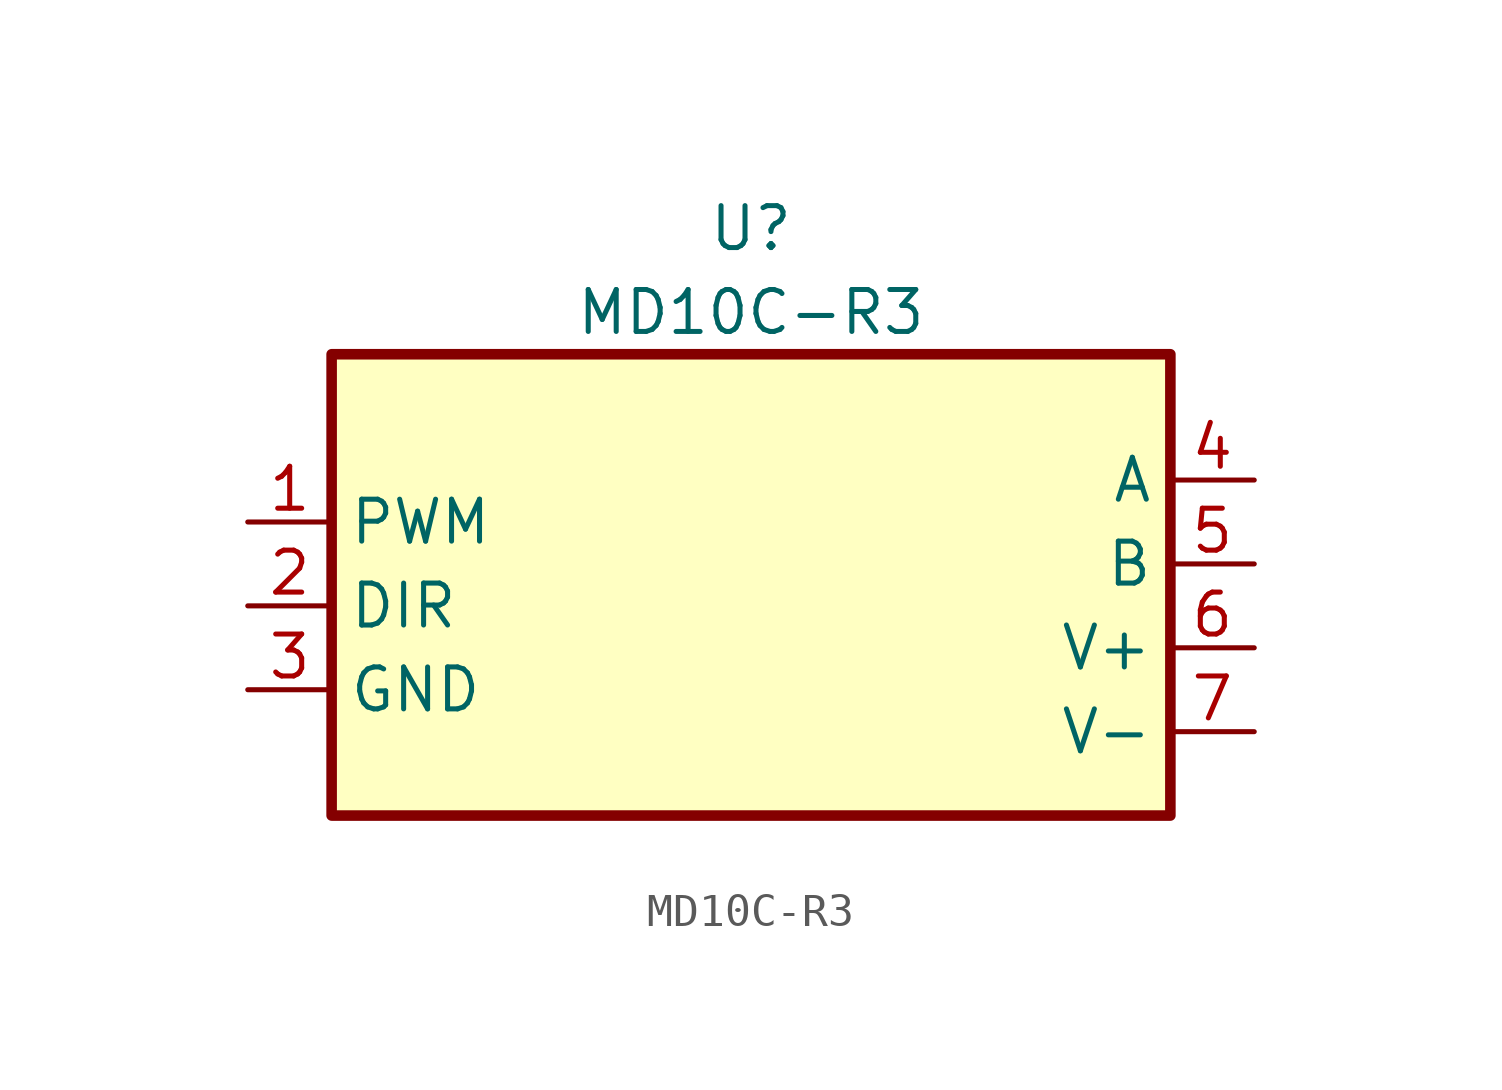
<source format=kicad_sym>
(kicad_symbol_lib
  (version 20211014)
  (generator kicad_symbol_editor)
  (symbol "MD10C-R3"
    (property "Reference" "U"
      (at 0 12.7 0)
      (effects (font (size 1.27 1.27))))
    (property "Value" "MD10C-R3"
      (at 0 10.16 0)
      (effects (font (size 1.27 1.27))))
    (symbol "MD10C-R3_0_1"
      (rectangle (start -12.7 8.89) (end 12.7 -5.08) (stroke (width 0.32) (type default) (color 0 0 0 0)) (fill (type background))))
    (symbol "MD10C-R3_1_1"
      (pin input line (at -15.24 3.81 0) (length 2.54) (name "PWM" (effects (font (size 1.27 1.27)))) (number "1" (effects (font (size 1.27 1.27)))))
      (pin input line (at -15.24 1.27 0) (length 2.54) (name "DIR" (effects (font (size 1.27 1.27)))) (number "2" (effects (font (size 1.27 1.27)))))
      (pin power_in line (at -15.24 -1.27 0) (length 2.54) (name "GND" (effects (font (size 1.27 1.27)))) (number "3" (effects (font (size 1.27 1.27)))))
      (pin output line (at 15.24 5.08 180) (length 2.54) (name "A" (effects (font (size 1.27 1.27)))) (number "4" (effects (font (size 1.27 1.27)))))
      (pin output line (at 15.24 2.54 180) (length 2.54) (name "B" (effects (font (size 1.27 1.27)))) (number "5" (effects (font (size 1.27 1.27)))))
      (pin power_in line (at 15.24 0 180) (length 2.54) (name "V+" (effects (font (size 1.27 1.27)))) (number "6" (effects (font (size 1.27 1.27)))))
      (pin power_in line (at 15.24 -2.54 180) (length 2.54) (name "V-" (effects (font (size 1.27 1.27)))) (number "7" (effects (font (size 1.27 1.27))))))))
</source>
